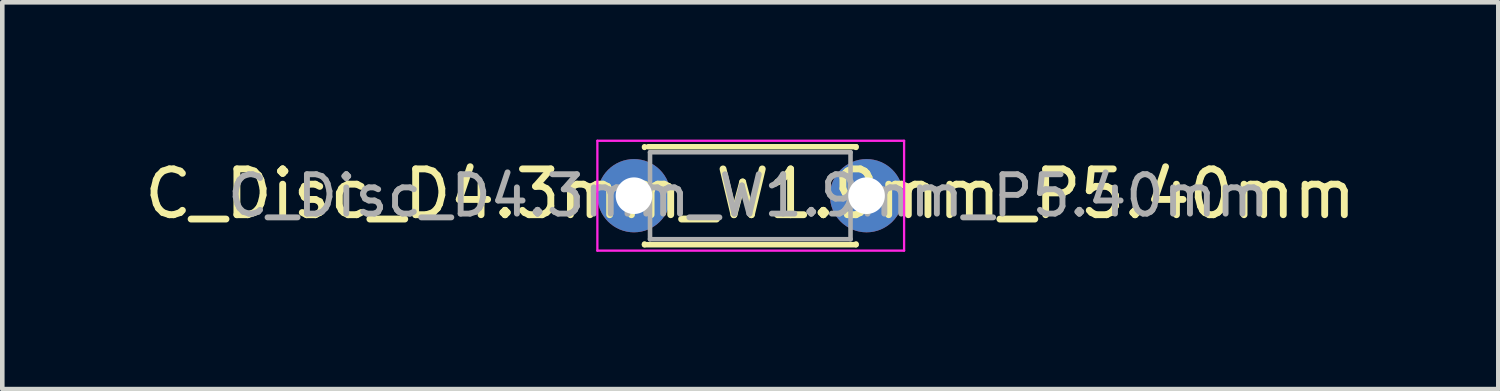
<source format=kicad_pcb>
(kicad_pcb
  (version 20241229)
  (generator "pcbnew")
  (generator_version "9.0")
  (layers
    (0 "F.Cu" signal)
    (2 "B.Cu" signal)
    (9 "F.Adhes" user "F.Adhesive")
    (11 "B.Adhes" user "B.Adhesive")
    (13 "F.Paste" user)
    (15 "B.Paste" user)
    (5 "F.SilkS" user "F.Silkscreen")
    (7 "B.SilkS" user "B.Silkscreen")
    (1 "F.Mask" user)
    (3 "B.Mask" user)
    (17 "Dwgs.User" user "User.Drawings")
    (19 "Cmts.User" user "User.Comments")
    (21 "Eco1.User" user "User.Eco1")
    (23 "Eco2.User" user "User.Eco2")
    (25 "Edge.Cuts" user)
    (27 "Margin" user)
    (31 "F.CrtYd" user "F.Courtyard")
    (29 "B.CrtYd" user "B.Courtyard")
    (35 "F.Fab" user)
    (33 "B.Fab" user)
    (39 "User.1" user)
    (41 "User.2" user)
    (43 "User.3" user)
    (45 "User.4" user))
  (footprint "C_Disc_D4.3mm_W1.9mm_P5.40mm"
    (layer "F.Cu")
    (at 10.799 1.225)
    (property "Reference" "C_Disc_D4.3mm_W1.9mm_P5.40mm" (at 2.54 -0.04 180) (layer "F.SilkS") (effects (font (size 1 1) (thickness 0.15))))
    (attr through_hole)
    (fp_line (start 0.23 -1.07) (end 0.23 -1.055) (stroke (width 0.12) (type solid)) (layer "F.SilkS"))
    (fp_line (start 0.23 1.055) (end 0.23 1.07) (stroke (width 0.12) (type solid)) (layer "F.SilkS"))
    (fp_line (start 0.23 1.07) (end 4.85 1.07) (stroke (width 0.12) (type solid)) (layer "F.SilkS"))
    (fp_line (start 0.31 -1.07) (end 4.85 -1.07) (stroke (width 0.12) (type solid)) (layer "F.SilkS"))
    (fp_line (start 4.85 -1.07) (end 4.85 -1.055) (stroke (width 0.12) (type solid)) (layer "F.SilkS"))
    (fp_line (start 4.85 1.055) (end 4.85 1.07) (stroke (width 0.12) (type solid)) (layer "F.SilkS"))
    (fp_line (start -0.8 -1.2) (end -0.8 1.2) (stroke (width 0.05) (type solid)) (layer "F.CrtYd"))
    (fp_line (start -0.8 1.2) (end 5.9 1.2) (stroke (width 0.05) (type solid)) (layer "F.CrtYd"))
    (fp_line (start 5.9 -1.2) (end -0.8 -1.2) (stroke (width 0.05) (type solid)) (layer "F.CrtYd"))
    (fp_line (start 5.9 1.2) (end 5.9 -1.2) (stroke (width 0.05) (type solid)) (layer "F.CrtYd"))
    (fp_line (start 0.35 -0.95) (end 0.35 0.95) (stroke (width 0.1) (type solid)) (layer "F.Fab"))
    (fp_line (start 0.35 0.95) (end 4.73 0.95) (stroke (width 0.1) (type solid)) (layer "F.Fab"))
    (fp_line (start 4.73 -0.95) (end 0.35 -0.95) (stroke (width 0.1) (type solid)) (layer "F.Fab"))
    (fp_line (start 4.73 0.95) (end 4.73 -0.95) (stroke (width 0.1) (type solid)) (layer "F.Fab"))
    (fp_text user "${REFERENCE}" (at 2.5 0 180) (layer "F.Fab") (effects (font (size 0.86 0.86) (thickness 0.129))))
    (pad "1" thru_hole circle (at 0 0) (size 1.6 1.6) (drill 0.8) (layers "*.Cu" "*.Mask"))
    (pad "2" thru_hole circle (at 5.08 0) (size 1.6 1.6) (drill 0.8) (layers "*.Cu" "*.Mask")))
  (gr_rect
    (start -3 -3)
    (end 29.679 5.45)
    (stroke (width 0.1) (type default))
    (fill no)
    (layer "Edge.Cuts")))
</source>
